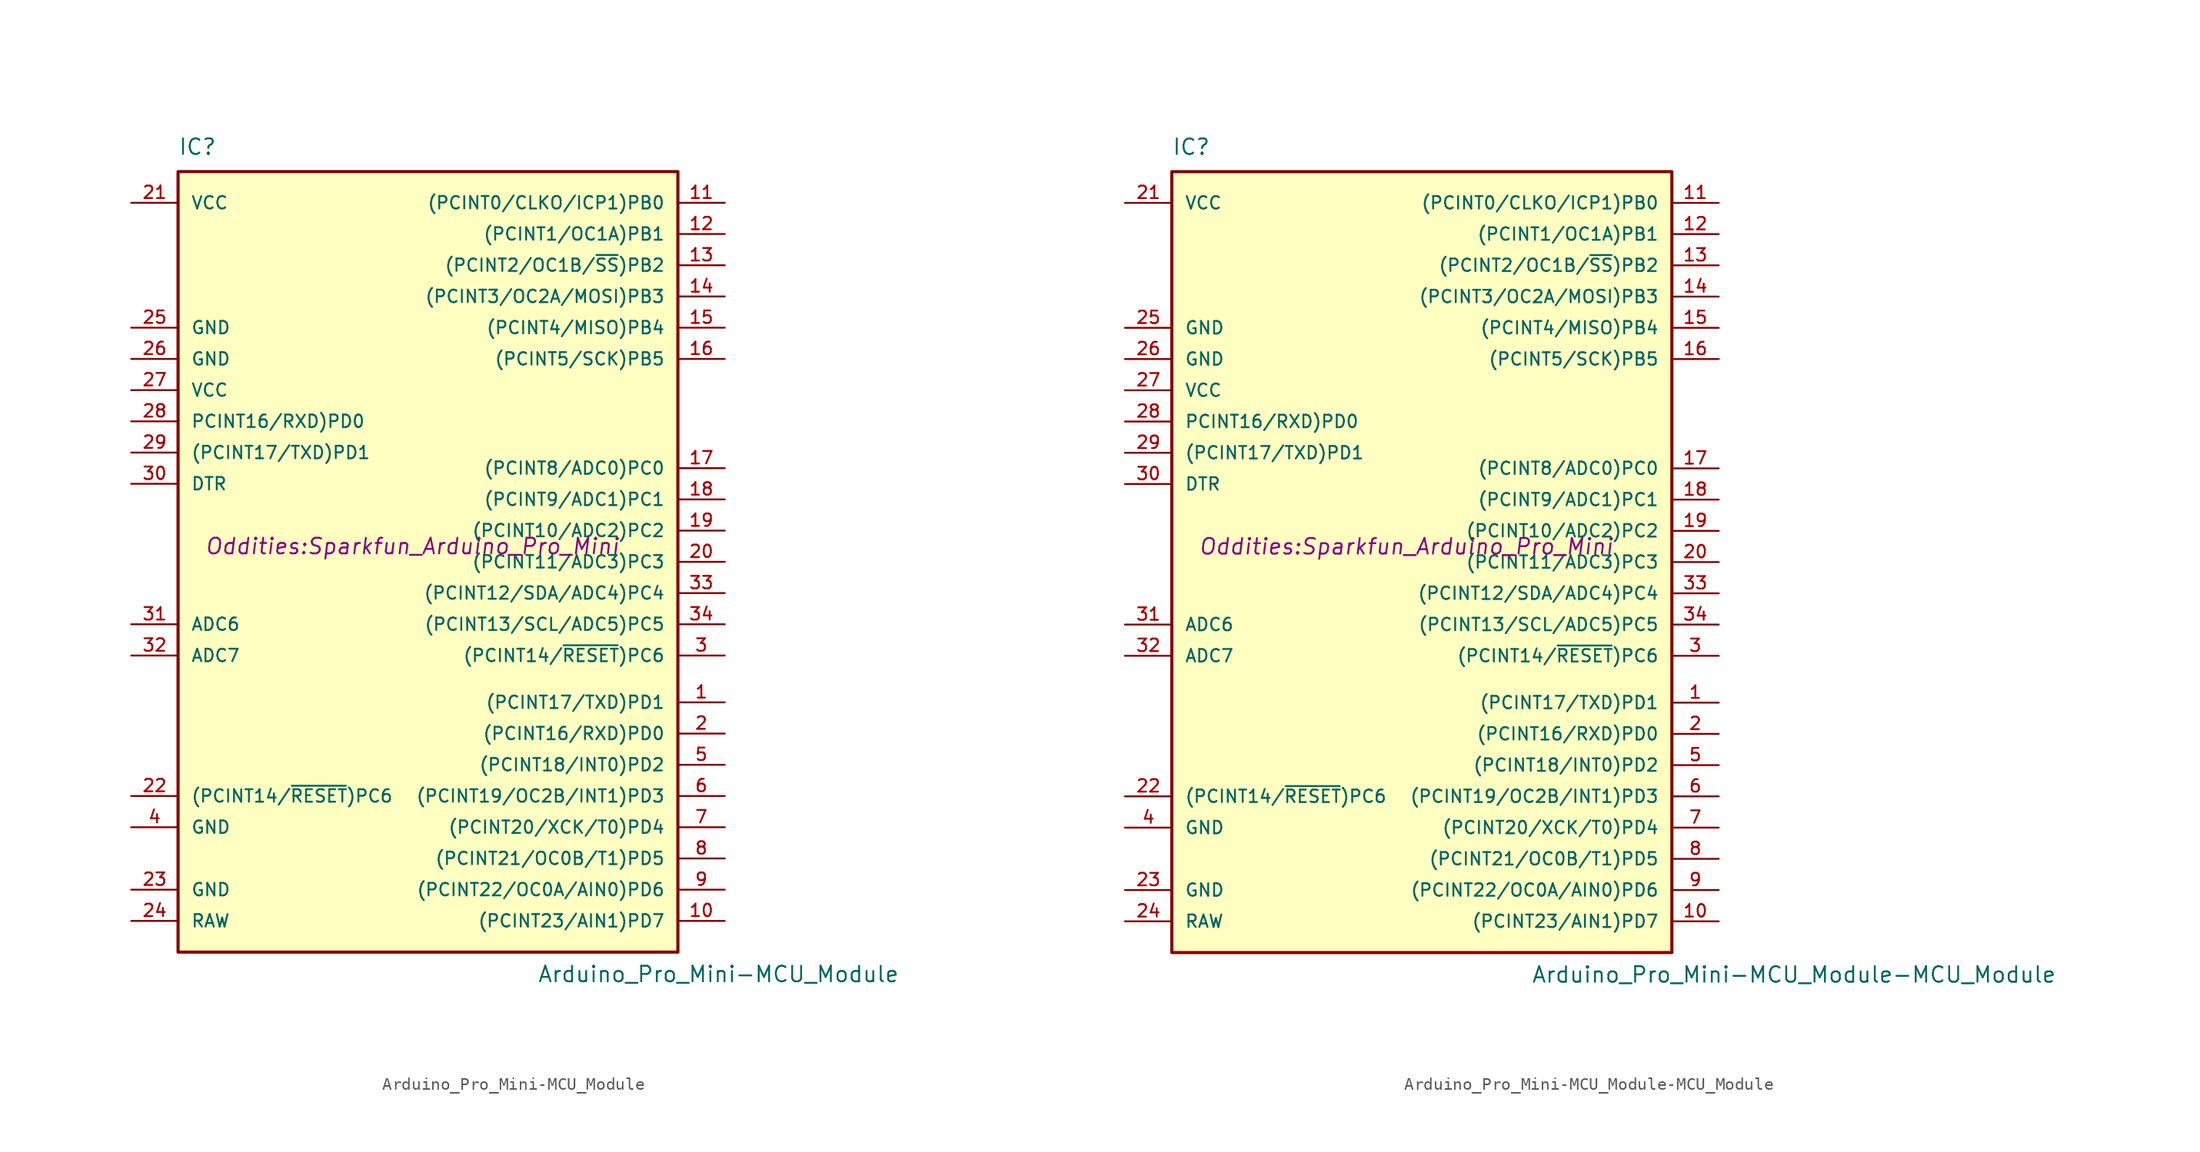
<source format=kicad_sym>
(kicad_symbol_lib
  (version 20211014)
  (generator kicad_symbol_editor)
  (symbol "Arduino_Pro_Mini-MCU_Module"
    (pin_names
      (offset 1.016))
    (property "Reference" "IC"
      (at -19.05 31.75 0)
      (effects (font (size 1.27 1.27)) (justify left bottom)))
    (property "Value" "Arduino_Pro_Mini-MCU_Module"
      (at 10.16 -35.56 0)
      (effects (font (size 1.27 1.27)) (justify left bottom)))
    (property "Footprint" "Oddities:Sparkfun_Arduino_Pro_Mini"
      (at 0 0 0)
      (effects (font (size 1.27 1.27) italic)))
    (property "Datasheet" ""
      (at 0 0 0)
      (effects (font (size 1.27 1.27))))
    (symbol "Arduino_Pro_Mini-MCU_Module_0_1"
      (rectangle (start -19.05 30.48) (end 21.59 -33.02) (stroke (width 0.254) (type default) (color 0 0 0 0)) (fill (type background))))
    (symbol "Arduino_Pro_Mini-MCU_Module_1_1"
      (pin bidirectional line (at 25.4 -12.7 180) (length 3.81) (name "(PCINT17/TXD)PD1" (effects (font (size 1.016 1.016)))) (number "1" (effects (font (size 1.016 1.016)))))
      (pin bidirectional line (at 25.4 -30.48 180) (length 3.81) (name "(PCINT23/AIN1)PD7" (effects (font (size 1.016 1.016)))) (number "10" (effects (font (size 1.016 1.016)))))
      (pin bidirectional line (at 25.4 27.94 180) (length 3.81) (name "(PCINT0/CLKO/ICP1)PB0" (effects (font (size 1.016 1.016)))) (number "11" (effects (font (size 1.016 1.016)))))
      (pin bidirectional line (at 25.4 25.4 180) (length 3.81) (name "(PCINT1/OC1A)PB1" (effects (font (size 1.016 1.016)))) (number "12" (effects (font (size 1.016 1.016)))))
      (pin bidirectional line (at 25.4 22.86 180) (length 3.81) (name "(PCINT2/OC1B/~{SS})PB2" (effects (font (size 1.016 1.016)))) (number "13" (effects (font (size 1.016 1.016)))))
      (pin bidirectional line (at 25.4 20.32 180) (length 3.81) (name "(PCINT3/OC2A/MOSI)PB3" (effects (font (size 1.016 1.016)))) (number "14" (effects (font (size 1.016 1.016)))))
      (pin bidirectional line (at 25.4 17.78 180) (length 3.81) (name "(PCINT4/MISO)PB4" (effects (font (size 1.016 1.016)))) (number "15" (effects (font (size 1.016 1.016)))))
      (pin bidirectional line (at 25.4 15.24 180) (length 3.81) (name "(PCINT5/SCK)PB5" (effects (font (size 1.016 1.016)))) (number "16" (effects (font (size 1.016 1.016)))))
      (pin bidirectional line (at 25.4 6.35 180) (length 3.81) (name "(PCINT8/ADC0)PC0" (effects (font (size 1.016 1.016)))) (number "17" (effects (font (size 1.016 1.016)))))
      (pin bidirectional line (at 25.4 3.81 180) (length 3.81) (name "(PCINT9/ADC1)PC1" (effects (font (size 1.016 1.016)))) (number "18" (effects (font (size 1.016 1.016)))))
      (pin bidirectional line (at 25.4 1.27 180) (length 3.81) (name "(PCINT10/ADC2)PC2" (effects (font (size 1.016 1.016)))) (number "19" (effects (font (size 1.016 1.016)))))
      (pin bidirectional line (at 25.4 -15.24 180) (length 3.81) (name "(PCINT16/RXD)PD0" (effects (font (size 1.016 1.016)))) (number "2" (effects (font (size 1.016 1.016)))))
      (pin bidirectional line (at 25.4 -1.27 180) (length 3.81) (name "(PCINT11/ADC3)PC3" (effects (font (size 1.016 1.016)))) (number "20" (effects (font (size 1.016 1.016)))))
      (pin power_out line (at -22.86 27.94 0) (length 3.81) (name "VCC" (effects (font (size 1.016 1.016)))) (number "21" (effects (font (size 1.016 1.016)))))
      (pin input line (at -22.86 -20.32 0) (length 3.81) (name "(PCINT14/~{RESET})PC6" (effects (font (size 1.016 1.016)))) (number "22" (effects (font (size 1.016 1.016)))))
      (pin power_in line (at -22.86 -27.94 0) (length 3.81) (name "GND" (effects (font (size 1.016 1.016)))) (number "23" (effects (font (size 1.016 1.016)))))
      (pin power_in line (at -22.86 -30.48 0) (length 3.81) (name "RAW" (effects (font (size 1.016 1.016)))) (number "24" (effects (font (size 1.016 1.016)))))
      (pin power_in line (at -22.86 17.78 0) (length 3.81) (name "GND" (effects (font (size 1.016 1.016)))) (number "25" (effects (font (size 1.016 1.016)))))
      (pin power_in line (at -22.86 15.24 0) (length 3.81) (name "GND" (effects (font (size 1.016 1.016)))) (number "26" (effects (font (size 1.016 1.016)))))
      (pin power_in line (at -22.86 12.7 0) (length 3.81) (name "VCC" (effects (font (size 1.016 1.016)))) (number "27" (effects (font (size 1.016 1.016)))))
      (pin bidirectional line (at -22.86 10.16 0) (length 3.81) (name "PCINT16/RXD)PD0" (effects (font (size 1.016 1.016)))) (number "28" (effects (font (size 1.016 1.016)))))
      (pin bidirectional line (at -22.86 7.62 0) (length 3.81) (name "(PCINT17/TXD)PD1" (effects (font (size 1.016 1.016)))) (number "29" (effects (font (size 1.016 1.016)))))
      (pin bidirectional line (at 25.4 -8.89 180) (length 3.81) (name "(PCINT14/~{RESET})PC6" (effects (font (size 1.016 1.016)))) (number "3" (effects (font (size 1.016 1.016)))))
      (pin input line (at -22.86 5.08 0) (length 3.81) (name "DTR" (effects (font (size 1.016 1.016)))) (number "30" (effects (font (size 1.016 1.016)))))
      (pin input line (at -22.86 -6.35 0) (length 3.81) (name "ADC6" (effects (font (size 1.016 1.016)))) (number "31" (effects (font (size 1.016 1.016)))))
      (pin input line (at -22.86 -8.89 0) (length 3.81) (name "ADC7" (effects (font (size 1.016 1.016)))) (number "32" (effects (font (size 1.016 1.016)))))
      (pin bidirectional line (at 25.4 -3.81 180) (length 3.81) (name "(PCINT12/SDA/ADC4)PC4" (effects (font (size 1.016 1.016)))) (number "33" (effects (font (size 1.016 1.016)))))
      (pin bidirectional line (at 25.4 -6.35 180) (length 3.81) (name "(PCINT13/SCL/ADC5)PC5" (effects (font (size 1.016 1.016)))) (number "34" (effects (font (size 1.016 1.016)))))
      (pin power_in line (at -22.86 -22.86 0) (length 3.81) (name "GND" (effects (font (size 1.016 1.016)))) (number "4" (effects (font (size 1.016 1.016)))))
      (pin bidirectional line (at 25.4 -17.78 180) (length 3.81) (name "(PCINT18/INT0)PD2" (effects (font (size 1.016 1.016)))) (number "5" (effects (font (size 1.016 1.016)))))
      (pin bidirectional line (at 25.4 -20.32 180) (length 3.81) (name "(PCINT19/OC2B/INT1)PD3" (effects (font (size 1.016 1.016)))) (number "6" (effects (font (size 1.016 1.016)))))
      (pin bidirectional line (at 25.4 -22.86 180) (length 3.81) (name "(PCINT20/XCK/T0)PD4" (effects (font (size 1.016 1.016)))) (number "7" (effects (font (size 1.016 1.016)))))
      (pin bidirectional line (at 25.4 -25.4 180) (length 3.81) (name "(PCINT21/OC0B/T1)PD5" (effects (font (size 1.016 1.016)))) (number "8" (effects (font (size 1.016 1.016)))))
      (pin bidirectional line (at 25.4 -27.94 180) (length 3.81) (name "(PCINT22/OC0A/AIN0)PD6" (effects (font (size 1.016 1.016)))) (number "9" (effects (font (size 1.016 1.016)))))))
  (symbol "Arduino_Pro_Mini-MCU_Module-MCU_Module"
    (pin_names
      (offset 1.016))
    (property "Reference" "IC"
      (at -19.05 31.75 0)
      (effects (font (size 1.27 1.27)) (justify left bottom)))
    (property "Value" "Arduino_Pro_Mini-MCU_Module-MCU_Module"
      (at 10.16 -35.56 0)
      (effects (font (size 1.27 1.27)) (justify left bottom)))
    (property "Footprint" "Oddities:Sparkfun_Arduino_Pro_Mini"
      (at 0 0 0)
      (effects (font (size 1.27 1.27) italic)))
    (property "Datasheet" ""
      (at 0 0 0)
      (effects (font (size 1.27 1.27))))
    (symbol "Arduino_Pro_Mini-MCU_Module-MCU_Module_0_1"
      (rectangle (start -19.05 30.48) (end 21.59 -33.02) (stroke (width 0.254) (type default) (color 0 0 0 0)) (fill (type background))))
    (symbol "Arduino_Pro_Mini-MCU_Module-MCU_Module_1_1"
      (pin bidirectional line (at 25.4 -12.7 180) (length 3.81) (name "(PCINT17/TXD)PD1" (effects (font (size 1.016 1.016)))) (number "1" (effects (font (size 1.016 1.016)))))
      (pin bidirectional line (at 25.4 -30.48 180) (length 3.81) (name "(PCINT23/AIN1)PD7" (effects (font (size 1.016 1.016)))) (number "10" (effects (font (size 1.016 1.016)))))
      (pin bidirectional line (at 25.4 27.94 180) (length 3.81) (name "(PCINT0/CLKO/ICP1)PB0" (effects (font (size 1.016 1.016)))) (number "11" (effects (font (size 1.016 1.016)))))
      (pin bidirectional line (at 25.4 25.4 180) (length 3.81) (name "(PCINT1/OC1A)PB1" (effects (font (size 1.016 1.016)))) (number "12" (effects (font (size 1.016 1.016)))))
      (pin bidirectional line (at 25.4 22.86 180) (length 3.81) (name "(PCINT2/OC1B/~{SS})PB2" (effects (font (size 1.016 1.016)))) (number "13" (effects (font (size 1.016 1.016)))))
      (pin bidirectional line (at 25.4 20.32 180) (length 3.81) (name "(PCINT3/OC2A/MOSI)PB3" (effects (font (size 1.016 1.016)))) (number "14" (effects (font (size 1.016 1.016)))))
      (pin bidirectional line (at 25.4 17.78 180) (length 3.81) (name "(PCINT4/MISO)PB4" (effects (font (size 1.016 1.016)))) (number "15" (effects (font (size 1.016 1.016)))))
      (pin bidirectional line (at 25.4 15.24 180) (length 3.81) (name "(PCINT5/SCK)PB5" (effects (font (size 1.016 1.016)))) (number "16" (effects (font (size 1.016 1.016)))))
      (pin bidirectional line (at 25.4 6.35 180) (length 3.81) (name "(PCINT8/ADC0)PC0" (effects (font (size 1.016 1.016)))) (number "17" (effects (font (size 1.016 1.016)))))
      (pin bidirectional line (at 25.4 3.81 180) (length 3.81) (name "(PCINT9/ADC1)PC1" (effects (font (size 1.016 1.016)))) (number "18" (effects (font (size 1.016 1.016)))))
      (pin bidirectional line (at 25.4 1.27 180) (length 3.81) (name "(PCINT10/ADC2)PC2" (effects (font (size 1.016 1.016)))) (number "19" (effects (font (size 1.016 1.016)))))
      (pin bidirectional line (at 25.4 -15.24 180) (length 3.81) (name "(PCINT16/RXD)PD0" (effects (font (size 1.016 1.016)))) (number "2" (effects (font (size 1.016 1.016)))))
      (pin bidirectional line (at 25.4 -1.27 180) (length 3.81) (name "(PCINT11/ADC3)PC3" (effects (font (size 1.016 1.016)))) (number "20" (effects (font (size 1.016 1.016)))))
      (pin power_out line (at -22.86 27.94 0) (length 3.81) (name "VCC" (effects (font (size 1.016 1.016)))) (number "21" (effects (font (size 1.016 1.016)))))
      (pin input line (at -22.86 -20.32 0) (length 3.81) (name "(PCINT14/~{RESET})PC6" (effects (font (size 1.016 1.016)))) (number "22" (effects (font (size 1.016 1.016)))))
      (pin power_in line (at -22.86 -27.94 0) (length 3.81) (name "GND" (effects (font (size 1.016 1.016)))) (number "23" (effects (font (size 1.016 1.016)))))
      (pin power_in line (at -22.86 -30.48 0) (length 3.81) (name "RAW" (effects (font (size 1.016 1.016)))) (number "24" (effects (font (size 1.016 1.016)))))
      (pin power_in line (at -22.86 17.78 0) (length 3.81) (name "GND" (effects (font (size 1.016 1.016)))) (number "25" (effects (font (size 1.016 1.016)))))
      (pin power_in line (at -22.86 15.24 0) (length 3.81) (name "GND" (effects (font (size 1.016 1.016)))) (number "26" (effects (font (size 1.016 1.016)))))
      (pin power_in line (at -22.86 12.7 0) (length 3.81) (name "VCC" (effects (font (size 1.016 1.016)))) (number "27" (effects (font (size 1.016 1.016)))))
      (pin bidirectional line (at -22.86 10.16 0) (length 3.81) (name "PCINT16/RXD)PD0" (effects (font (size 1.016 1.016)))) (number "28" (effects (font (size 1.016 1.016)))))
      (pin bidirectional line (at -22.86 7.62 0) (length 3.81) (name "(PCINT17/TXD)PD1" (effects (font (size 1.016 1.016)))) (number "29" (effects (font (size 1.016 1.016)))))
      (pin bidirectional line (at 25.4 -8.89 180) (length 3.81) (name "(PCINT14/~{RESET})PC6" (effects (font (size 1.016 1.016)))) (number "3" (effects (font (size 1.016 1.016)))))
      (pin input line (at -22.86 5.08 0) (length 3.81) (name "DTR" (effects (font (size 1.016 1.016)))) (number "30" (effects (font (size 1.016 1.016)))))
      (pin input line (at -22.86 -6.35 0) (length 3.81) (name "ADC6" (effects (font (size 1.016 1.016)))) (number "31" (effects (font (size 1.016 1.016)))))
      (pin input line (at -22.86 -8.89 0) (length 3.81) (name "ADC7" (effects (font (size 1.016 1.016)))) (number "32" (effects (font (size 1.016 1.016)))))
      (pin bidirectional line (at 25.4 -3.81 180) (length 3.81) (name "(PCINT12/SDA/ADC4)PC4" (effects (font (size 1.016 1.016)))) (number "33" (effects (font (size 1.016 1.016)))))
      (pin bidirectional line (at 25.4 -6.35 180) (length 3.81) (name "(PCINT13/SCL/ADC5)PC5" (effects (font (size 1.016 1.016)))) (number "34" (effects (font (size 1.016 1.016)))))
      (pin power_in line (at -22.86 -22.86 0) (length 3.81) (name "GND" (effects (font (size 1.016 1.016)))) (number "4" (effects (font (size 1.016 1.016)))))
      (pin bidirectional line (at 25.4 -17.78 180) (length 3.81) (name "(PCINT18/INT0)PD2" (effects (font (size 1.016 1.016)))) (number "5" (effects (font (size 1.016 1.016)))))
      (pin bidirectional line (at 25.4 -20.32 180) (length 3.81) (name "(PCINT19/OC2B/INT1)PD3" (effects (font (size 1.016 1.016)))) (number "6" (effects (font (size 1.016 1.016)))))
      (pin bidirectional line (at 25.4 -22.86 180) (length 3.81) (name "(PCINT20/XCK/T0)PD4" (effects (font (size 1.016 1.016)))) (number "7" (effects (font (size 1.016 1.016)))))
      (pin bidirectional line (at 25.4 -25.4 180) (length 3.81) (name "(PCINT21/OC0B/T1)PD5" (effects (font (size 1.016 1.016)))) (number "8" (effects (font (size 1.016 1.016)))))
      (pin bidirectional line (at 25.4 -27.94 180) (length 3.81) (name "(PCINT22/OC0A/AIN0)PD6" (effects (font (size 1.016 1.016)))) (number "9" (effects (font (size 1.016 1.016))))))))
</source>
